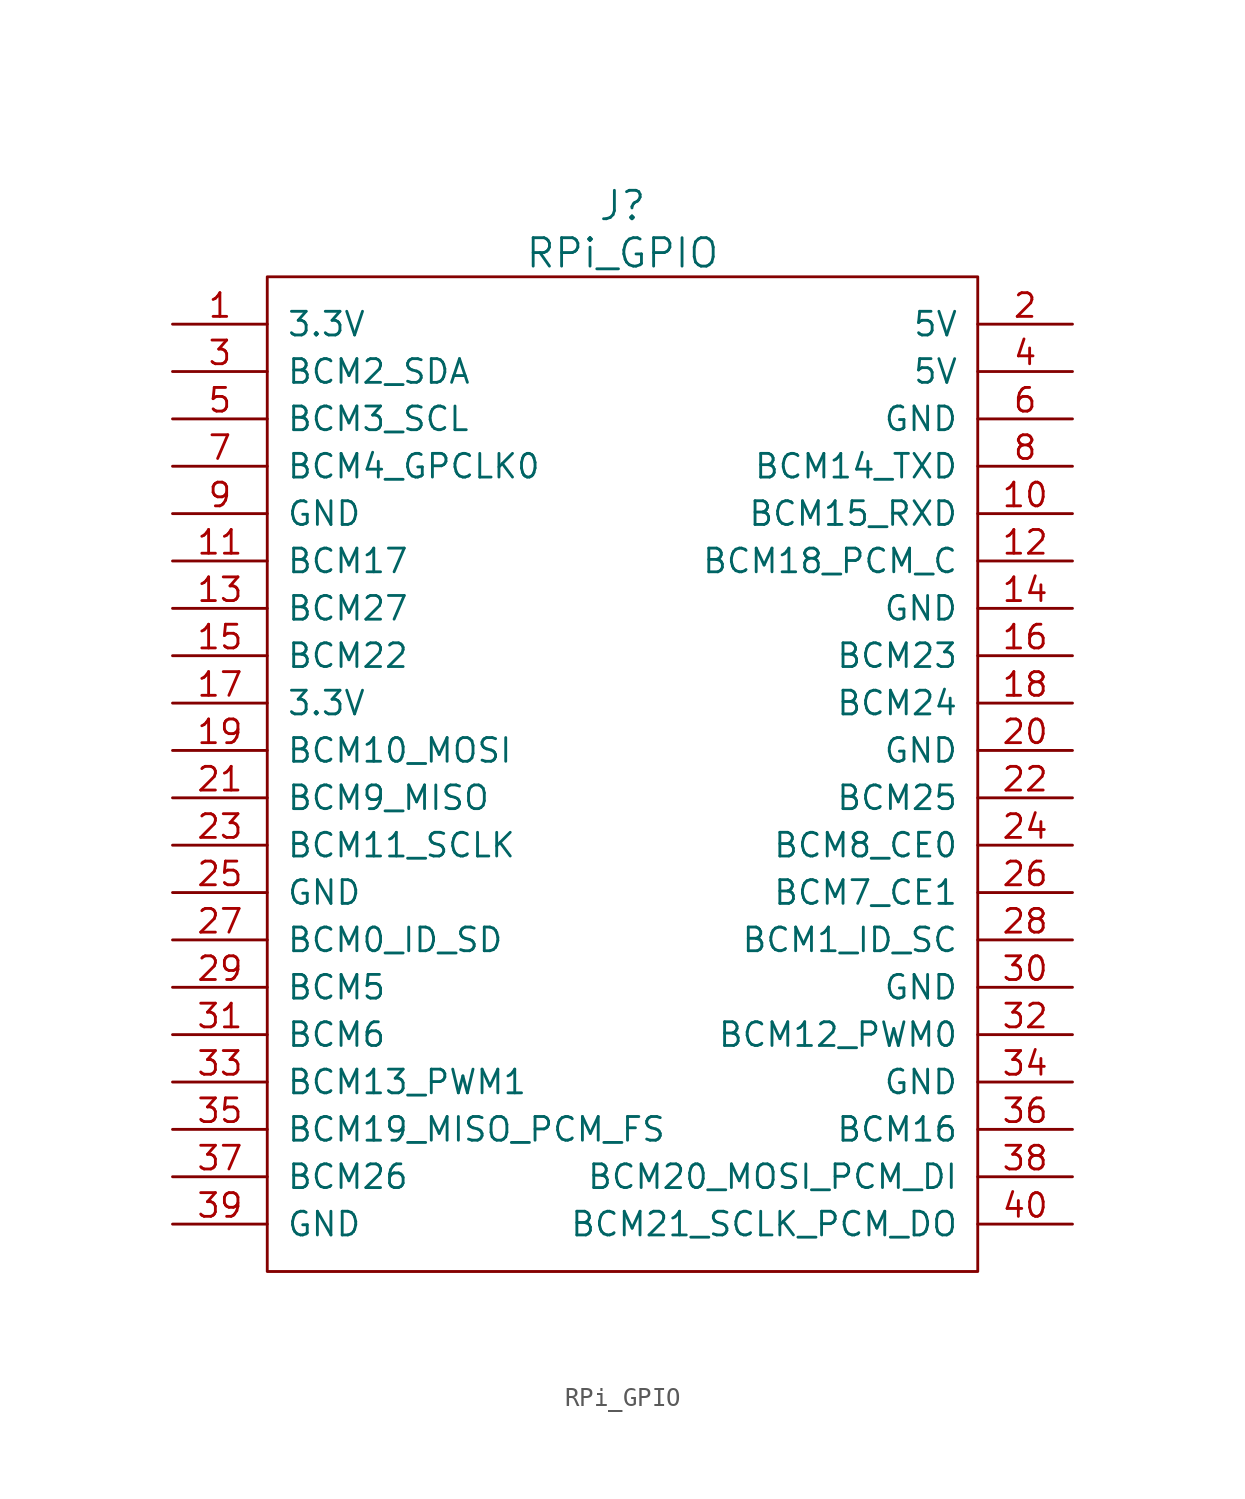
<source format=kicad_sym>
(kicad_symbol_lib
  (version 20211014)
  (generator kicad_symbol_editor)
  (symbol "RPi_GPIO"
    (pin_names
      (offset 1.016))
    (property "Reference" "J"
      (at 19.05 6.35 0)
      (effects (font (size 1.524 1.524))))
    (property "Value" "RPi_GPIO"
      (at 19.05 3.81 0)
      (effects (font (size 1.524 1.524))))
    (property "Footprint" ""
      (at 0 0 0)
      (effects (font (size 1.524 1.524))))
    (property "Datasheet" ""
      (at 0 0 0)
      (effects (font (size 1.524 1.524))))
    (symbol "RPi_GPIO_0_1"
      (rectangle (start 0 2.54) (end 38.1 -50.8) (stroke (width 0) (type default) (color 0 0 0 0)) (fill (type none))))
    (symbol "RPi_GPIO_1_1"
      (pin power_in line (at -5.08 0 0) (length 5.08) (name "3.3V" (effects (font (size 1.27 1.27)))) (number "1" (effects (font (size 1.27 1.27)))))
      (pin bidirectional line (at 43.18 -10.16 180) (length 5.08) (name "BCM15_RXD" (effects (font (size 1.27 1.27)))) (number "10" (effects (font (size 1.27 1.27)))))
      (pin bidirectional line (at -5.08 -12.7 0) (length 5.08) (name "BCM17" (effects (font (size 1.27 1.27)))) (number "11" (effects (font (size 1.27 1.27)))))
      (pin bidirectional line (at 43.18 -12.7 180) (length 5.08) (name "BCM18_PCM_C" (effects (font (size 1.27 1.27)))) (number "12" (effects (font (size 1.27 1.27)))))
      (pin bidirectional line (at -5.08 -15.24 0) (length 5.08) (name "BCM27" (effects (font (size 1.27 1.27)))) (number "13" (effects (font (size 1.27 1.27)))))
      (pin power_in line (at 43.18 -15.24 180) (length 5.08) (name "GND" (effects (font (size 1.27 1.27)))) (number "14" (effects (font (size 1.27 1.27)))))
      (pin bidirectional line (at -5.08 -17.78 0) (length 5.08) (name "BCM22" (effects (font (size 1.27 1.27)))) (number "15" (effects (font (size 1.27 1.27)))))
      (pin bidirectional line (at 43.18 -17.78 180) (length 5.08) (name "BCM23" (effects (font (size 1.27 1.27)))) (number "16" (effects (font (size 1.27 1.27)))))
      (pin power_in line (at -5.08 -20.32 0) (length 5.08) (name "3.3V" (effects (font (size 1.27 1.27)))) (number "17" (effects (font (size 1.27 1.27)))))
      (pin bidirectional line (at 43.18 -20.32 180) (length 5.08) (name "BCM24" (effects (font (size 1.27 1.27)))) (number "18" (effects (font (size 1.27 1.27)))))
      (pin bidirectional line (at -5.08 -22.86 0) (length 5.08) (name "BCM10_MOSI" (effects (font (size 1.27 1.27)))) (number "19" (effects (font (size 1.27 1.27)))))
      (pin power_in line (at 43.18 0 180) (length 5.08) (name "5V" (effects (font (size 1.27 1.27)))) (number "2" (effects (font (size 1.27 1.27)))))
      (pin power_in line (at 43.18 -22.86 180) (length 5.08) (name "GND" (effects (font (size 1.27 1.27)))) (number "20" (effects (font (size 1.27 1.27)))))
      (pin bidirectional line (at -5.08 -25.4 0) (length 5.08) (name "BCM9_MISO" (effects (font (size 1.27 1.27)))) (number "21" (effects (font (size 1.27 1.27)))))
      (pin bidirectional line (at 43.18 -25.4 180) (length 5.08) (name "BCM25" (effects (font (size 1.27 1.27)))) (number "22" (effects (font (size 1.27 1.27)))))
      (pin bidirectional line (at -5.08 -27.94 0) (length 5.08) (name "BCM11_SCLK" (effects (font (size 1.27 1.27)))) (number "23" (effects (font (size 1.27 1.27)))))
      (pin bidirectional line (at 43.18 -27.94 180) (length 5.08) (name "BCM8_CE0" (effects (font (size 1.27 1.27)))) (number "24" (effects (font (size 1.27 1.27)))))
      (pin power_in line (at -5.08 -30.48 0) (length 5.08) (name "GND" (effects (font (size 1.27 1.27)))) (number "25" (effects (font (size 1.27 1.27)))))
      (pin bidirectional line (at 43.18 -30.48 180) (length 5.08) (name "BCM7_CE1" (effects (font (size 1.27 1.27)))) (number "26" (effects (font (size 1.27 1.27)))))
      (pin bidirectional line (at -5.08 -33.02 0) (length 5.08) (name "BCM0_ID_SD" (effects (font (size 1.27 1.27)))) (number "27" (effects (font (size 1.27 1.27)))))
      (pin bidirectional line (at 43.18 -33.02 180) (length 5.08) (name "BCM1_ID_SC" (effects (font (size 1.27 1.27)))) (number "28" (effects (font (size 1.27 1.27)))))
      (pin bidirectional line (at -5.08 -35.56 0) (length 5.08) (name "BCM5" (effects (font (size 1.27 1.27)))) (number "29" (effects (font (size 1.27 1.27)))))
      (pin bidirectional line (at -5.08 -2.54 0) (length 5.08) (name "BCM2_SDA" (effects (font (size 1.27 1.27)))) (number "3" (effects (font (size 1.27 1.27)))))
      (pin power_in line (at 43.18 -35.56 180) (length 5.08) (name "GND" (effects (font (size 1.27 1.27)))) (number "30" (effects (font (size 1.27 1.27)))))
      (pin bidirectional line (at -5.08 -38.1 0) (length 5.08) (name "BCM6" (effects (font (size 1.27 1.27)))) (number "31" (effects (font (size 1.27 1.27)))))
      (pin bidirectional line (at 43.18 -38.1 180) (length 5.08) (name "BCM12_PWM0" (effects (font (size 1.27 1.27)))) (number "32" (effects (font (size 1.27 1.27)))))
      (pin bidirectional line (at -5.08 -40.64 0) (length 5.08) (name "BCM13_PWM1" (effects (font (size 1.27 1.27)))) (number "33" (effects (font (size 1.27 1.27)))))
      (pin power_in line (at 43.18 -40.64 180) (length 5.08) (name "GND" (effects (font (size 1.27 1.27)))) (number "34" (effects (font (size 1.27 1.27)))))
      (pin bidirectional line (at -5.08 -43.18 0) (length 5.08) (name "BCM19_MISO_PCM_FS" (effects (font (size 1.27 1.27)))) (number "35" (effects (font (size 1.27 1.27)))))
      (pin bidirectional line (at 43.18 -43.18 180) (length 5.08) (name "BCM16" (effects (font (size 1.27 1.27)))) (number "36" (effects (font (size 1.27 1.27)))))
      (pin bidirectional line (at -5.08 -45.72 0) (length 5.08) (name "BCM26" (effects (font (size 1.27 1.27)))) (number "37" (effects (font (size 1.27 1.27)))))
      (pin bidirectional line (at 43.18 -45.72 180) (length 5.08) (name "BCM20_MOSI_PCM_DI" (effects (font (size 1.27 1.27)))) (number "38" (effects (font (size 1.27 1.27)))))
      (pin power_in line (at -5.08 -48.26 0) (length 5.08) (name "GND" (effects (font (size 1.27 1.27)))) (number "39" (effects (font (size 1.27 1.27)))))
      (pin power_in line (at 43.18 -2.54 180) (length 5.08) (name "5V" (effects (font (size 1.27 1.27)))) (number "4" (effects (font (size 1.27 1.27)))))
      (pin bidirectional line (at 43.18 -48.26 180) (length 5.08) (name "BCM21_SCLK_PCM_DO" (effects (font (size 1.27 1.27)))) (number "40" (effects (font (size 1.27 1.27)))))
      (pin bidirectional line (at -5.08 -5.08 0) (length 5.08) (name "BCM3_SCL" (effects (font (size 1.27 1.27)))) (number "5" (effects (font (size 1.27 1.27)))))
      (pin power_in line (at 43.18 -5.08 180) (length 5.08) (name "GND" (effects (font (size 1.27 1.27)))) (number "6" (effects (font (size 1.27 1.27)))))
      (pin bidirectional line (at -5.08 -7.62 0) (length 5.08) (name "BCM4_GPCLK0" (effects (font (size 1.27 1.27)))) (number "7" (effects (font (size 1.27 1.27)))))
      (pin bidirectional line (at 43.18 -7.62 180) (length 5.08) (name "BCM14_TXD" (effects (font (size 1.27 1.27)))) (number "8" (effects (font (size 1.27 1.27)))))
      (pin power_in line (at -5.08 -10.16 0) (length 5.08) (name "GND" (effects (font (size 1.27 1.27)))) (number "9" (effects (font (size 1.27 1.27))))))))
</source>
